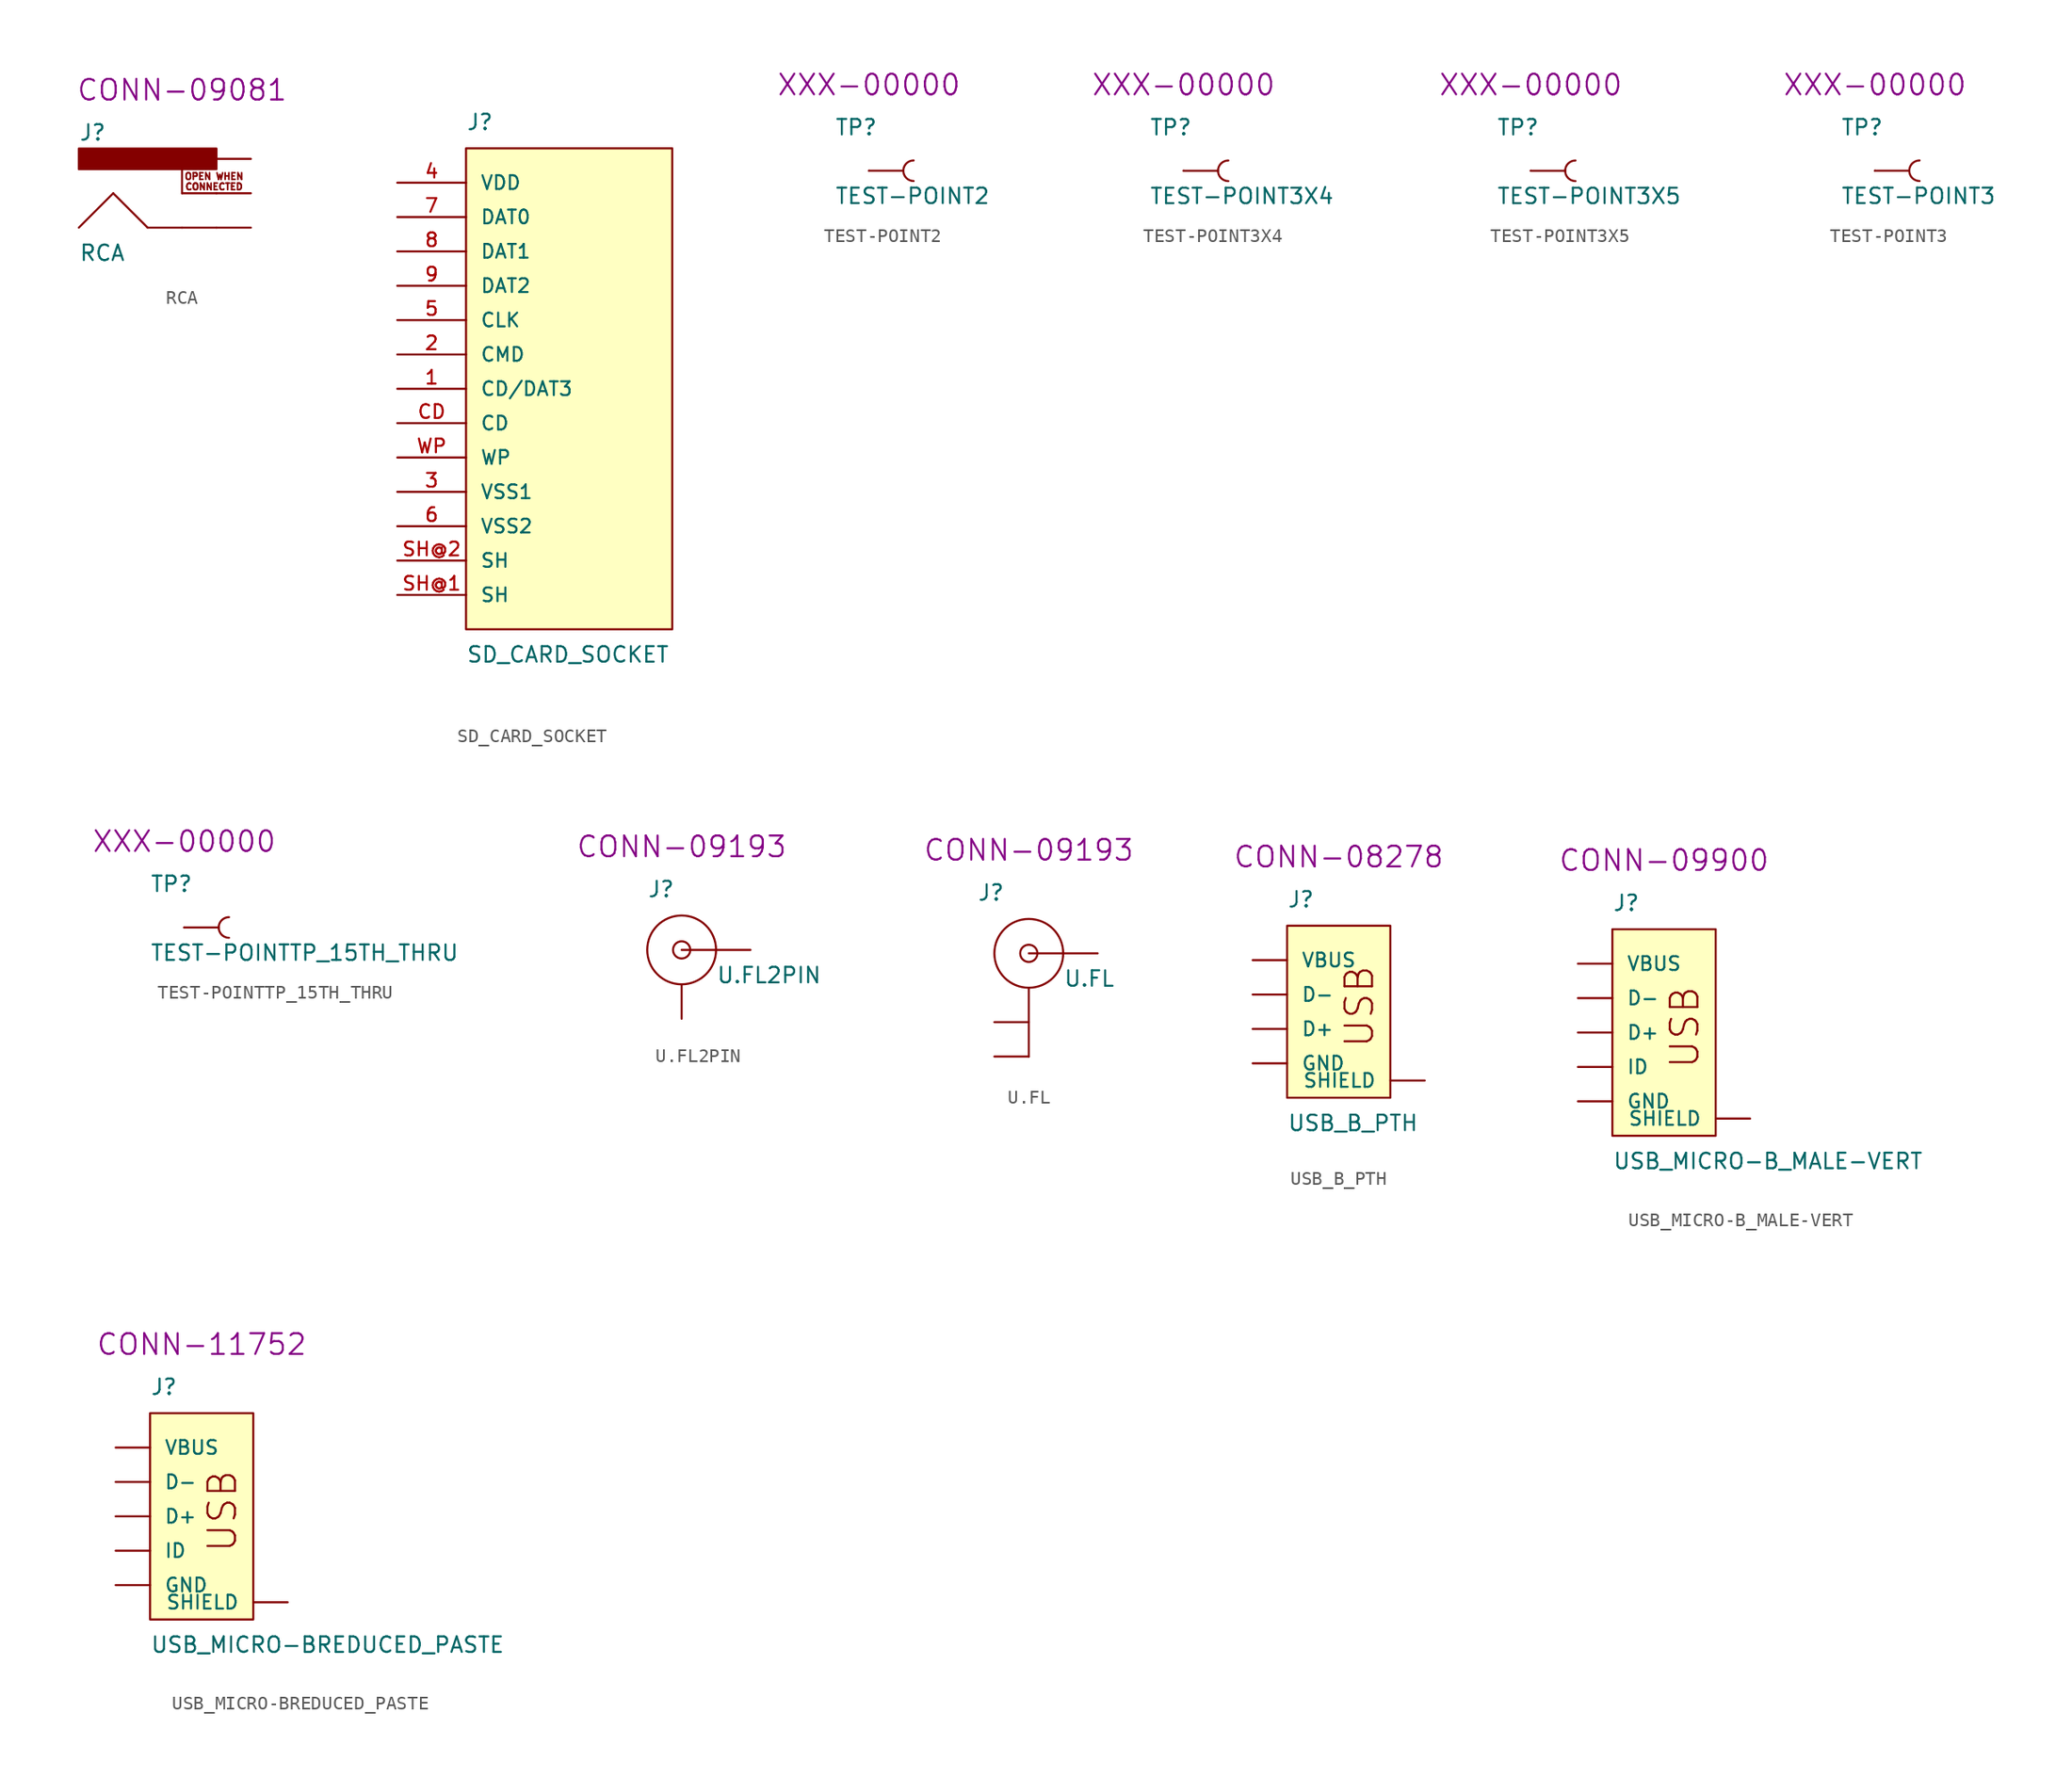
<source format=kicad_sym>
(kicad_symbol_lib
  (version 20201005)
  (generator kicad_symbol_editor)
  (symbol "RCA"
    (pin_numbers hide)
    (pin_names
      (offset 1.016) hide)
    (property "Reference" "J"
      (at -7.62 3.81 0)
      (effects (font (size 1.143 1.143)) (justify left bottom)))
    (property "Value" "RCA"
      (at -7.62 -5.08 0)
      (effects (font (size 1.143 1.143)) (justify left bottom)))
    (property "Field4" "CONN-09081"
      (at 0 7.62 0)
      (effects (font (size 1.524 1.524))))
    (property "ki_locked" ""
      (at 0 0 0)
      (effects (font (size 1.27 1.27))))
    (symbol "RCA_1_0"
      (text "CONNECTED" (at 2.362 0.483 0) (effects (font (size 0.483 0.483))))
      (text "OPEN WHEN" (at 2.362 1.245 0) (effects (font (size 0.483 0.483))))
      (polyline (pts (xy -7.62 -2.54) (xy -5.08 0)) (stroke (width 0)) (fill (type none)))
      (polyline (pts (xy -5.08 0) (xy -2.54 -2.54)) (stroke (width 0)) (fill (type none)))
      (polyline (pts (xy -2.54 -2.54) (xy 0 -2.54)) (stroke (width 0)) (fill (type none)))
      (polyline (pts (xy 0 -2.54) (xy 2.54 -2.54)) (stroke (width 0)) (fill (type none)))
      (polyline (pts (xy 0 0) (xy 0 2.54)) (stroke (width 0)) (fill (type none)))
      (polyline (pts (xy 0 0) (xy 2.54 0)) (stroke (width 0)) (fill (type none))))
    (symbol "RCA_1_1"
      (rectangle (start -7.62 1.778) (end 2.54 3.302) (stroke (width 0)) (fill (type outline)))
      (pin bidirectional line (at 5.08 2.54 180) (length 2.54) (name "PIN" (effects (font (size 1.016 1.016)))) (number "PIN" (effects (font (size 1.016 1.016)))))
      (pin bidirectional line (at 5.08 -2.54 180) (length 2.54) (name "SHELL" (effects (font (size 1.016 1.016)))) (number "SHEL" (effects (font (size 1.016 1.016)))))
      (pin bidirectional line (at 5.08 0 180) (length 2.54) (name "SWITCH" (effects (font (size 1.016 1.016)))) (number "SWIT" (effects (font (size 1.016 1.016)))))))
  (symbol "SD_CARD_SOCKET"
    (pin_names
      (offset 1.016))
    (property "Reference" "J"
      (at -7.62 19.05 0)
      (effects (font (size 1.143 1.143)) (justify left bottom)))
    (property "Value" "SD_CARD_SOCKET"
      (at -7.62 -20.32 0)
      (effects (font (size 1.143 1.143)) (justify left bottom)))
    (property "ki_locked" ""
      (at 0 0 0)
      (effects (font (size 1.27 1.27))))
    (symbol "SD_CARD_SOCKET_1_1"
      (polyline (pts (xy -7.62 17.78) (xy 7.62 17.78) (xy 7.62 -17.78) (xy -7.62 -17.78) (xy -7.62 17.78)) (stroke (width 0)) (fill (type background)))
      (pin bidirectional line (at -12.7 0 0) (length 5.08) (name "CD/DAT3" (effects (font (size 1.016 1.016)))) (number "1" (effects (font (size 1.016 1.016)))))
      (pin bidirectional line (at -12.7 2.54 0) (length 5.08) (name "CMD" (effects (font (size 1.016 1.016)))) (number "2" (effects (font (size 1.016 1.016)))))
      (pin power_in line (at -12.7 -7.62 0) (length 5.08) (name "VSS1" (effects (font (size 1.016 1.016)))) (number "3" (effects (font (size 1.016 1.016)))))
      (pin power_in line (at -12.7 15.24 0) (length 5.08) (name "VDD" (effects (font (size 1.016 1.016)))) (number "4" (effects (font (size 1.016 1.016)))))
      (pin bidirectional line (at -12.7 5.08 0) (length 5.08) (name "CLK" (effects (font (size 1.016 1.016)))) (number "5" (effects (font (size 1.016 1.016)))))
      (pin power_in line (at -12.7 -10.16 0) (length 5.08) (name "VSS2" (effects (font (size 1.016 1.016)))) (number "6" (effects (font (size 1.016 1.016)))))
      (pin bidirectional line (at -12.7 12.7 0) (length 5.08) (name "DAT0" (effects (font (size 1.016 1.016)))) (number "7" (effects (font (size 1.016 1.016)))))
      (pin bidirectional line (at -12.7 10.16 0) (length 5.08) (name "DAT1" (effects (font (size 1.016 1.016)))) (number "8" (effects (font (size 1.016 1.016)))))
      (pin bidirectional line (at -12.7 7.62 0) (length 5.08) (name "DAT2" (effects (font (size 1.016 1.016)))) (number "9" (effects (font (size 1.016 1.016)))))
      (pin bidirectional line (at -12.7 -2.54 0) (length 5.08) (name "CD" (effects (font (size 1.016 1.016)))) (number "CD" (effects (font (size 1.016 1.016)))))
      (pin bidirectional line (at -12.7 -5.08 0) (length 5.08) (name "WP" (effects (font (size 1.016 1.016)))) (number "WP" (effects (font (size 1.016 1.016)))))
      (pin bidirectional line (at -12.7 -15.24 0) (length 5.08) (name "SH" (effects (font (size 1.016 1.016)))) (number "SH@1" (effects (font (size 1.016 1.016)))))
      (pin bidirectional line (at -12.7 -12.7 0) (length 5.08) (name "SH" (effects (font (size 1.016 1.016)))) (number "SH@2" (effects (font (size 1.016 1.016)))))))
  (symbol "TEST-POINT2"
    (pin_numbers hide)
    (pin_names
      (offset 1.016) hide)
    (property "Reference" "TP"
      (at -2.54 2.54 0)
      (effects (font (size 1.143 1.143)) (justify left bottom)))
    (property "Value" "TEST-POINT2"
      (at -2.54 -2.54 0)
      (effects (font (size 1.143 1.143)) (justify left bottom)))
    (property "Field4" "XXX-00000"
      (at 0 6.35 0)
      (effects (font (size 1.524 1.524))))
    (property "ki_locked" ""
      (at 0 0 0)
      (effects (font (size 1.27 1.27))))
    (symbol "TEST-POINT2_1_0"
      (polyline (pts (xy 2.54 0) (xy 0 0)) (stroke (width 0)) (fill (type none))))
    (symbol "TEST-POINT2_1_1"
      (arc (start 3.302 0.762) (end 3.302 -0.762) (radius (at 3.302 0) (length 0.762) (angles 90.1 -90.1)) (stroke (width 0)) (fill (type none)))
      (pin bidirectional line (at 0 0 180) (length 0) (name "1" (effects (font (size 1.016 1.016)))) (number "P$1" (effects (font (size 1.016 1.016)))))))
  (symbol "TEST-POINT3X4"
    (pin_numbers hide)
    (pin_names
      (offset 1.016) hide)
    (property "Reference" "TP"
      (at -2.54 2.54 0)
      (effects (font (size 1.143 1.143)) (justify left bottom)))
    (property "Value" "TEST-POINT3X4"
      (at -2.54 -2.54 0)
      (effects (font (size 1.143 1.143)) (justify left bottom)))
    (property "Field4" "XXX-00000"
      (at 0 6.35 0)
      (effects (font (size 1.524 1.524))))
    (property "ki_locked" ""
      (at 0 0 0)
      (effects (font (size 1.27 1.27))))
    (symbol "TEST-POINT3X4_1_0"
      (polyline (pts (xy 2.54 0) (xy 0 0)) (stroke (width 0)) (fill (type none))))
    (symbol "TEST-POINT3X4_1_1"
      (arc (start 3.302 0.762) (end 3.302 -0.762) (radius (at 3.302 0) (length 0.762) (angles 90.1 -90.1)) (stroke (width 0)) (fill (type none)))
      (pin bidirectional line (at 0 0 180) (length 0) (name "1" (effects (font (size 1.016 1.016)))) (number "P$1" (effects (font (size 1.016 1.016)))))))
  (symbol "TEST-POINT3X5"
    (pin_numbers hide)
    (pin_names
      (offset 1.016) hide)
    (property "Reference" "TP"
      (at -2.54 2.54 0)
      (effects (font (size 1.143 1.143)) (justify left bottom)))
    (property "Value" "TEST-POINT3X5"
      (at -2.54 -2.54 0)
      (effects (font (size 1.143 1.143)) (justify left bottom)))
    (property "Field4" "XXX-00000"
      (at 0 6.35 0)
      (effects (font (size 1.524 1.524))))
    (property "ki_locked" ""
      (at 0 0 0)
      (effects (font (size 1.27 1.27))))
    (symbol "TEST-POINT3X5_1_0"
      (polyline (pts (xy 2.54 0) (xy 0 0)) (stroke (width 0)) (fill (type none))))
    (symbol "TEST-POINT3X5_1_1"
      (arc (start 3.302 0.762) (end 3.302 -0.762) (radius (at 3.302 0) (length 0.762) (angles 90.1 -90.1)) (stroke (width 0)) (fill (type none)))
      (pin bidirectional line (at 0 0 180) (length 0) (name "1" (effects (font (size 1.016 1.016)))) (number "P$1" (effects (font (size 1.016 1.016)))))))
  (symbol "TEST-POINT3"
    (pin_numbers hide)
    (pin_names
      (offset 1.016) hide)
    (property "Reference" "TP"
      (at -2.54 2.54 0)
      (effects (font (size 1.143 1.143)) (justify left bottom)))
    (property "Value" "TEST-POINT3"
      (at -2.54 -2.54 0)
      (effects (font (size 1.143 1.143)) (justify left bottom)))
    (property "Field4" "XXX-00000"
      (at 0 6.35 0)
      (effects (font (size 1.524 1.524))))
    (property "ki_locked" ""
      (at 0 0 0)
      (effects (font (size 1.27 1.27))))
    (symbol "TEST-POINT3_1_0"
      (polyline (pts (xy 2.54 0) (xy 0 0)) (stroke (width 0)) (fill (type none))))
    (symbol "TEST-POINT3_1_1"
      (arc (start 3.302 0.762) (end 3.302 -0.762) (radius (at 3.302 0) (length 0.762) (angles 90.1 -90.1)) (stroke (width 0)) (fill (type none)))
      (pin bidirectional line (at 0 0 180) (length 0) (name "1" (effects (font (size 1.016 1.016)))) (number "P$1" (effects (font (size 1.016 1.016)))))))
  (symbol "TEST-POINTTP_15TH_THRU"
    (pin_numbers hide)
    (pin_names
      (offset 1.016) hide)
    (property "Reference" "TP"
      (at -2.54 2.54 0)
      (effects (font (size 1.143 1.143)) (justify left bottom)))
    (property "Value" "TEST-POINTTP_15TH_THRU"
      (at -2.54 -2.54 0)
      (effects (font (size 1.143 1.143)) (justify left bottom)))
    (property "Field4" "XXX-00000"
      (at 0 6.35 0)
      (effects (font (size 1.524 1.524))))
    (property "ki_locked" ""
      (at 0 0 0)
      (effects (font (size 1.27 1.27))))
    (symbol "TEST-POINTTP_15TH_THRU_1_0"
      (polyline (pts (xy 2.54 0) (xy 0 0)) (stroke (width 0)) (fill (type none))))
    (symbol "TEST-POINTTP_15TH_THRU_1_1"
      (arc (start 3.302 0.762) (end 3.302 -0.762) (radius (at 3.302 0) (length 0.762) (angles 90.1 -90.1)) (stroke (width 0)) (fill (type none)))
      (pin bidirectional line (at 0 0 180) (length 0) (name "1" (effects (font (size 1.016 1.016)))) (number "P$1" (effects (font (size 1.016 1.016)))))))
  (symbol "U.FL2PIN"
    (pin_numbers hide)
    (pin_names
      (offset 1.016) hide)
    (property "Reference" "J"
      (at -2.54 3.81 0)
      (effects (font (size 1.143 1.143)) (justify left bottom)))
    (property "Value" "U.FL2PIN"
      (at 2.54 -2.54 0)
      (effects (font (size 1.143 1.143)) (justify left bottom)))
    (property "Field4" "CONN-09193"
      (at 0 7.62 0)
      (effects (font (size 1.524 1.524))))
    (property "ki_locked" ""
      (at 0 0 0)
      (effects (font (size 1.27 1.27))))
    (symbol "U.FL2PIN_0_1"
      (circle (center 0 0) (radius 0.635) (stroke (width 0)) (fill (type none))))
    (symbol "U.FL2PIN_1_1"
      (circle (center 0 0) (radius 2.54) (stroke (width 0)) (fill (type none)))
      (pin bidirectional line (at 0 -5.08 90) (length 2.54) (name "GND" (effects (font (size 1.016 1.016)))) (number "1" (effects (font (size 1.016 1.016)))))
      (pin bidirectional line (at 0 -5.08 90) (length 2.54) hide (name "GND" (effects (font (size 1.016 1.016)))) (number "2" (effects (font (size 1.016 1.016)))))
      (pin bidirectional line (at 5.08 0 180) (length 5.08) (name "SIGNAL" (effects (font (size 1.016 1.016)))) (number "FEED" (effects (font (size 1.016 1.016)))))))
  (symbol "U.FL"
    (pin_numbers hide)
    (pin_names
      (offset 1.016) hide)
    (property "Reference" "J"
      (at -3.81 3.81 0)
      (effects (font (size 1.143 1.143)) (justify left bottom)))
    (property "Value" "U.FL"
      (at 2.54 -2.54 0)
      (effects (font (size 1.143 1.143)) (justify left bottom)))
    (property "Field4" "CONN-09193"
      (at 0 7.62 0)
      (effects (font (size 1.524 1.524))))
    (property "ki_locked" ""
      (at 0 0 0)
      (effects (font (size 1.27 1.27))))
    (symbol "U.FL_0_1"
      (circle (center 0 0) (radius 0.635) (stroke (width 0)) (fill (type none))))
    (symbol "U.FL_1_0"
      (polyline (pts (xy 0 -2.54) (xy 0 -7.62)) (stroke (width 0)) (fill (type none))))
    (symbol "U.FL_1_1"
      (circle (center 0 0) (radius 2.54) (stroke (width 0)) (fill (type none)))
      (pin bidirectional line (at -2.54 -5.08 0) (length 2.54) (name "GND" (effects (font (size 1.016 1.016)))) (number "1" (effects (font (size 1.016 1.016)))))
      (pin bidirectional line (at -2.54 -7.62 0) (length 2.54) (name "GND" (effects (font (size 1.016 1.016)))) (number "2" (effects (font (size 1.016 1.016)))))
      (pin bidirectional line (at 5.08 0 180) (length 5.08) (name "SIGNAL" (effects (font (size 1.016 1.016)))) (number "FEED" (effects (font (size 1.016 1.016)))))))
  (symbol "USB_B_PTH"
    (pin_numbers hide)
    (pin_names
      (offset 1.016))
    (property "Reference" "J"
      (at -3.81 7.62 0)
      (effects (font (size 1.143 1.143)) (justify left bottom)))
    (property "Value" "USB_B_PTH"
      (at -3.81 -8.89 0)
      (effects (font (size 1.143 1.143)) (justify left bottom)))
    (property "Field4" "CONN-08278"
      (at 0 11.43 0)
      (effects (font (size 1.524 1.524))))
    (property "ki_locked" ""
      (at 0 0 0)
      (effects (font (size 1.27 1.27))))
    (symbol "USB_B_PTH_1_0"
      (text "USB" (at 1.524 0.381 900) (effects (font (size 2.032 2.032))))
      (rectangle (start -3.81 -6.35) (end 3.81 6.35) (stroke (width 0)) (fill (type background))))
    (symbol "USB_B_PTH_1_1"
      (pin bidirectional line (at -6.35 -1.27 0) (length 2.54) (name "D+" (effects (font (size 1.016 1.016)))) (number "D+" (effects (font (size 1.016 1.016)))))
      (pin bidirectional line (at -6.35 1.27 0) (length 2.54) (name "D-" (effects (font (size 1.016 1.016)))) (number "D-" (effects (font (size 1.016 1.016)))))
      (pin power_in line (at -6.35 -3.81 0) (length 2.54) (name "GND" (effects (font (size 1.016 1.016)))) (number "GND" (effects (font (size 1.016 1.016)))))
      (pin bidirectional line (at 6.35 -5.08 180) (length 2.54) (name "SHIELD" (effects (font (size 1.016 1.016)))) (number "SHLD" (effects (font (size 1.016 1.016)))))
      (pin bidirectional line (at 6.35 -5.08 180) (length 2.54) hide (name "SHIELD" (effects (font (size 1.016 1.016)))) (number "SHLD" (effects (font (size 1.016 1.016)))))
      (pin power_in line (at -6.35 3.81 0) (length 2.54) (name "VBUS" (effects (font (size 1.016 1.016)))) (number "VBUS" (effects (font (size 1.016 1.016)))))))
  (symbol "USB_MICRO-B_MALE-VERT"
    (pin_numbers hide)
    (pin_names
      (offset 1.016))
    (property "Reference" "J"
      (at -3.81 8.89 0)
      (effects (font (size 1.143 1.143)) (justify left bottom)))
    (property "Value" "USB_MICRO-B_MALE-VERT"
      (at -3.81 -10.16 0)
      (effects (font (size 1.143 1.143)) (justify left bottom)))
    (property "Field4" "CONN-09900"
      (at 0 12.7 0)
      (effects (font (size 1.524 1.524))))
    (property "ki_locked" ""
      (at 0 0 0)
      (effects (font (size 1.27 1.27))))
    (symbol "USB_MICRO-B_MALE-VERT_1_0"
      (text "USB" (at 1.524 0.381 900) (effects (font (size 2.032 2.032))))
      (rectangle (start -3.81 7.62) (end 3.81 -7.62) (stroke (width 0)) (fill (type background))))
    (symbol "USB_MICRO-B_MALE-VERT_1_1"
      (pin bidirectional line (at -6.35 0 0) (length 2.54) (name "D+" (effects (font (size 1.016 1.016)))) (number "D+" (effects (font (size 1.016 1.016)))))
      (pin bidirectional line (at -6.35 2.54 0) (length 2.54) (name "D-" (effects (font (size 1.016 1.016)))) (number "D-" (effects (font (size 1.016 1.016)))))
      (pin bidirectional line (at -6.35 -2.54 0) (length 2.54) (name "ID" (effects (font (size 1.016 1.016)))) (number "ID" (effects (font (size 1.016 1.016)))))
      (pin power_in line (at -6.35 -5.08 0) (length 2.54) (name "GND" (effects (font (size 1.016 1.016)))) (number "GND" (effects (font (size 1.016 1.016)))))
      (pin bidirectional line (at 6.35 -6.35 180) (length 2.54) (name "SHIELD" (effects (font (size 1.016 1.016)))) (number "SHLD" (effects (font (size 1.016 1.016)))))
      (pin bidirectional line (at 6.35 -6.35 180) (length 2.54) hide (name "SHIELD" (effects (font (size 1.016 1.016)))) (number "SHLD" (effects (font (size 1.016 1.016)))))
      (pin bidirectional line (at 6.35 -6.35 180) (length 2.54) hide (name "SHIELD" (effects (font (size 1.016 1.016)))) (number "SHLD" (effects (font (size 1.016 1.016)))))
      (pin bidirectional line (at 6.35 -6.35 180) (length 2.54) hide (name "SHIELD" (effects (font (size 1.016 1.016)))) (number "SHLD" (effects (font (size 1.016 1.016)))))
      (pin power_in line (at -6.35 5.08 0) (length 2.54) (name "VBUS" (effects (font (size 1.016 1.016)))) (number "VBUS" (effects (font (size 1.016 1.016)))))))
  (symbol "USB_MICRO-BREDUCED_PASTE"
    (pin_numbers hide)
    (pin_names
      (offset 1.016))
    (property "Reference" "J"
      (at -3.81 8.89 0)
      (effects (font (size 1.143 1.143)) (justify left bottom)))
    (property "Value" "USB_MICRO-BREDUCED_PASTE"
      (at -3.81 -10.16 0)
      (effects (font (size 1.143 1.143)) (justify left bottom)))
    (property "Field4" "CONN-11752"
      (at 0 12.7 0)
      (effects (font (size 1.524 1.524))))
    (property "ki_locked" ""
      (at 0 0 0)
      (effects (font (size 1.27 1.27))))
    (symbol "USB_MICRO-BREDUCED_PASTE_1_0"
      (text "USB" (at 1.524 0.381 900) (effects (font (size 2.032 2.032))))
      (rectangle (start -3.81 7.62) (end 3.81 -7.62) (stroke (width 0)) (fill (type background))))
    (symbol "USB_MICRO-BREDUCED_PASTE_1_1"
      (pin bidirectional line (at -6.35 0 0) (length 2.54) (name "D+" (effects (font (size 1.016 1.016)))) (number "D+" (effects (font (size 1.016 1.016)))))
      (pin bidirectional line (at -6.35 2.54 0) (length 2.54) (name "D-" (effects (font (size 1.016 1.016)))) (number "D-" (effects (font (size 1.016 1.016)))))
      (pin bidirectional line (at -6.35 -2.54 0) (length 2.54) (name "ID" (effects (font (size 1.016 1.016)))) (number "ID" (effects (font (size 1.016 1.016)))))
      (pin power_in line (at -6.35 -5.08 0) (length 2.54) (name "GND" (effects (font (size 1.016 1.016)))) (number "GND" (effects (font (size 1.016 1.016)))))
      (pin bidirectional line (at 6.35 -6.35 180) (length 2.54) (name "SHIELD" (effects (font (size 1.016 1.016)))) (number "SHIE" (effects (font (size 1.016 1.016)))))
      (pin bidirectional line (at 6.35 -6.35 180) (length 2.54) hide (name "SHIELD" (effects (font (size 1.016 1.016)))) (number "SHIE" (effects (font (size 1.016 1.016)))))
      (pin bidirectional line (at 6.35 -6.35 180) (length 2.54) hide (name "SHIELD" (effects (font (size 1.016 1.016)))) (number "SHIE" (effects (font (size 1.016 1.016)))))
      (pin power_in line (at -6.35 5.08 0) (length 2.54) (name "VBUS" (effects (font (size 1.016 1.016)))) (number "VBUS" (effects (font (size 1.016 1.016))))))))
</source>
